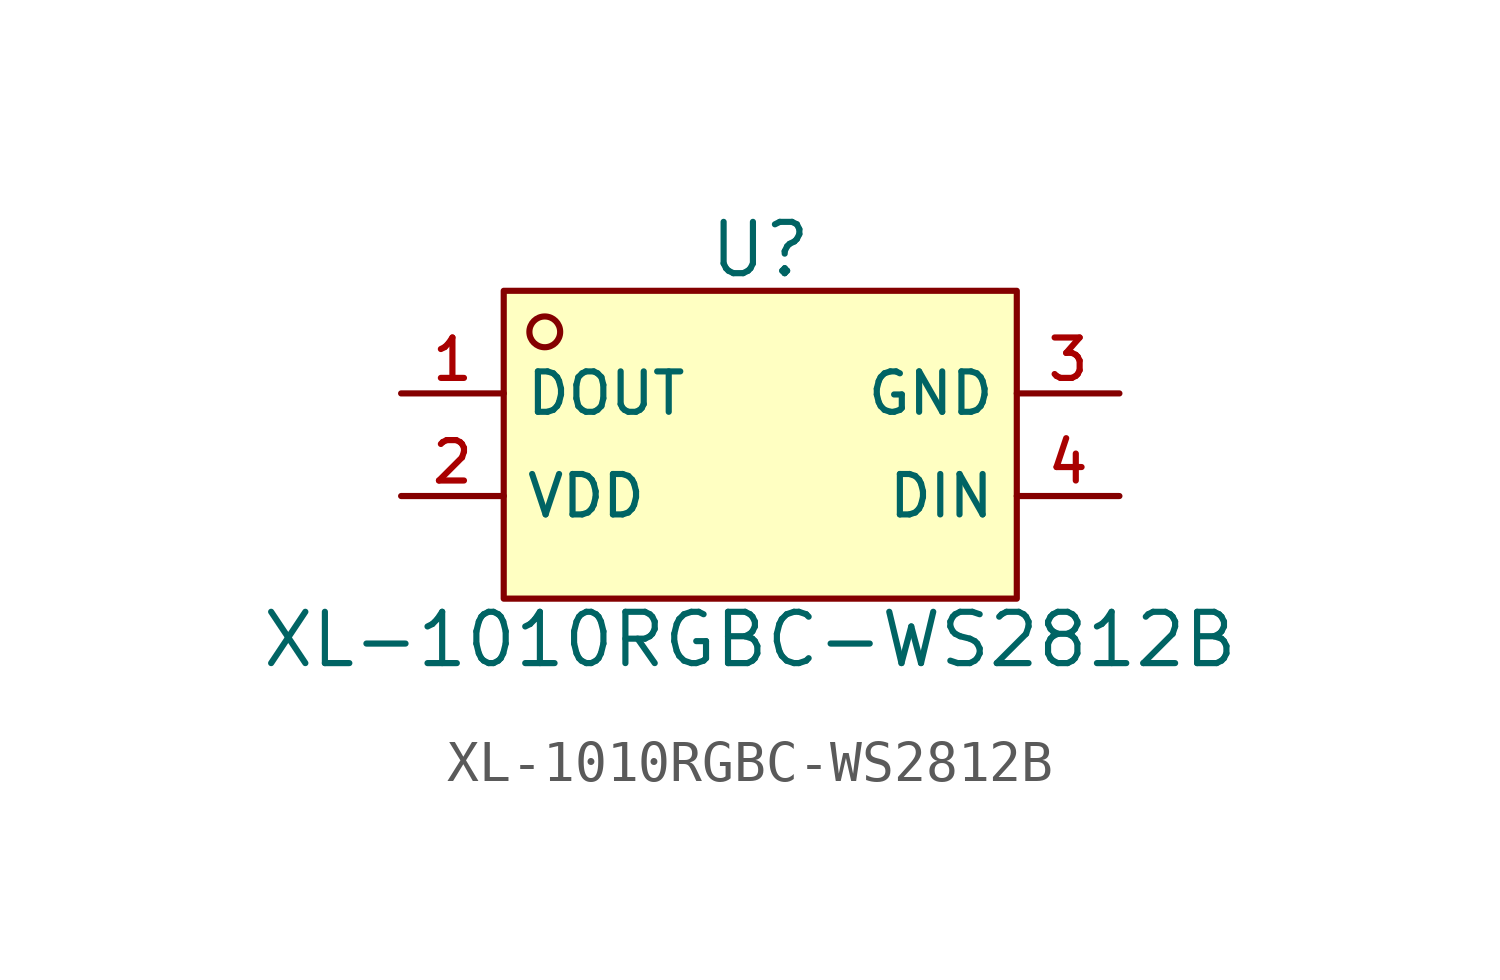
<source format=kicad_sym>
(kicad_symbol_lib
  (version 20231120)
  (generator "kicad_symbol_editor")
  (generator_version "8.0")
  (symbol "XL-1010RGBC-WS2812B"
    (property "Reference" "U"
      (at 0 4.826 0)
      (effects (font (size 1.27 1.27))))
    (property "Value" "XL-1010RGBC-WS2812B"
      (at -0.254 -4.826 0)
      (effects (font (size 1.27 1.27))))
    (symbol "XL-1010RGBC-WS2812B_0_1"
      (rectangle (start -6.35 3.81) (end 6.35 -3.81) (stroke (width 0) (type default)) (fill (type background)))
      (circle (center -5.334 2.794) (radius 0.381) (stroke (width 0) (type default)) (fill (type background))))
    (symbol "XL-1010RGBC-WS2812B_1_1"
      (pin output line (at -8.89 1.27 0) (length 2.54) (name "DOUT" (effects (font (size 1 1)))) (number "1" (effects (font (size 1 1)))))
      (pin power_in line (at -8.89 -1.27 0) (length 2.54) (name "VDD" (effects (font (size 1 1)))) (number "2" (effects (font (size 1 1)))))
      (pin power_in line (at 8.89 1.27 180) (length 2.54) (name "GND" (effects (font (size 1 1)))) (number "3" (effects (font (size 1 1)))))
      (pin input line (at 8.89 -1.27 180) (length 2.54) (name "DIN" (effects (font (size 1 1)))) (number "4" (effects (font (size 1 1))))))))
</source>
